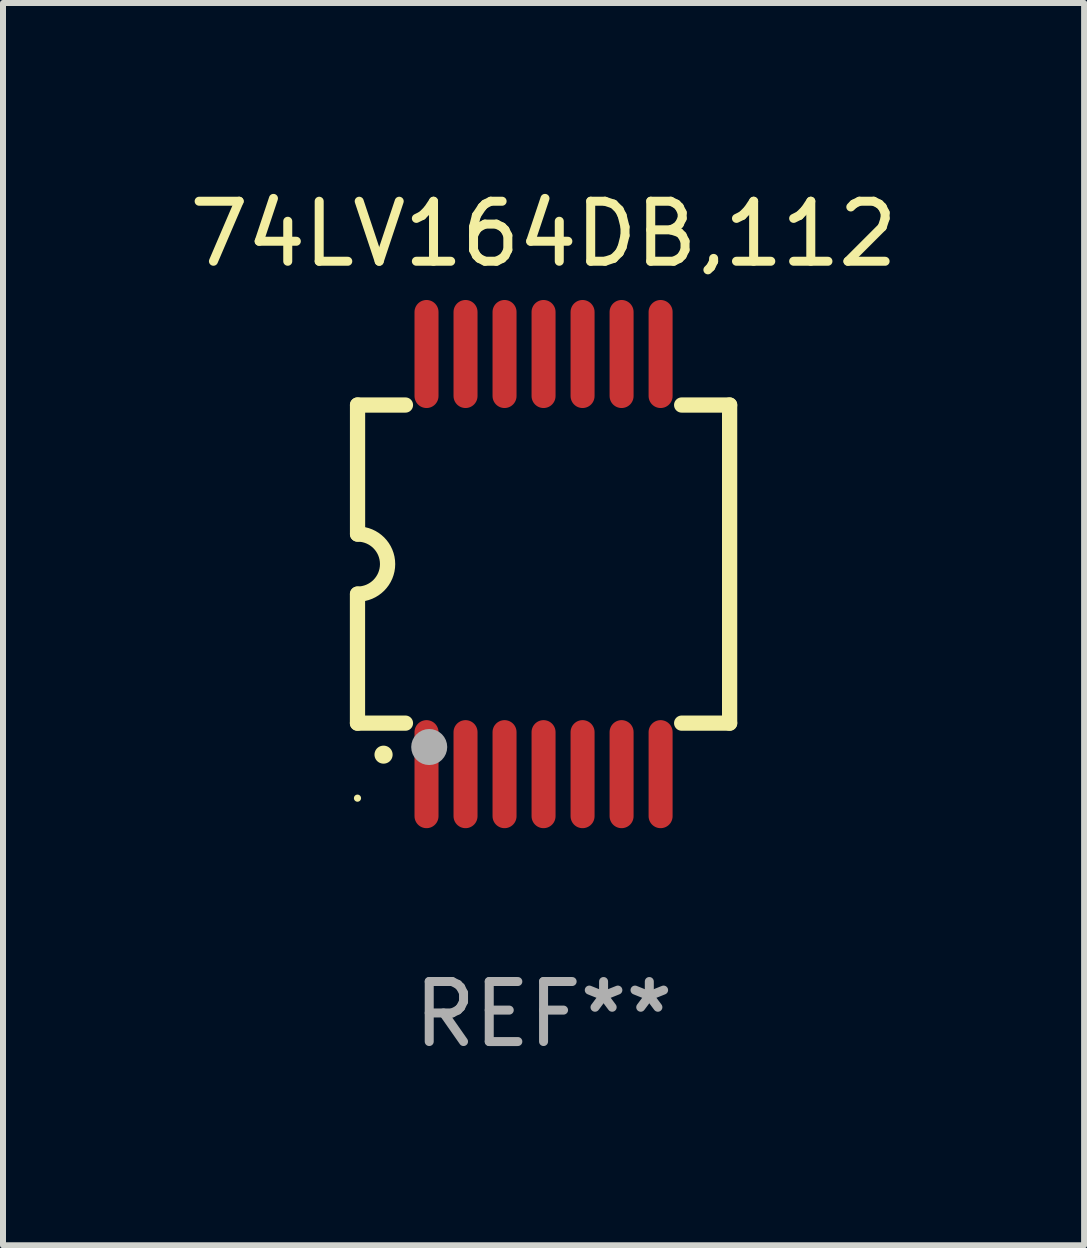
<source format=kicad_pcb>
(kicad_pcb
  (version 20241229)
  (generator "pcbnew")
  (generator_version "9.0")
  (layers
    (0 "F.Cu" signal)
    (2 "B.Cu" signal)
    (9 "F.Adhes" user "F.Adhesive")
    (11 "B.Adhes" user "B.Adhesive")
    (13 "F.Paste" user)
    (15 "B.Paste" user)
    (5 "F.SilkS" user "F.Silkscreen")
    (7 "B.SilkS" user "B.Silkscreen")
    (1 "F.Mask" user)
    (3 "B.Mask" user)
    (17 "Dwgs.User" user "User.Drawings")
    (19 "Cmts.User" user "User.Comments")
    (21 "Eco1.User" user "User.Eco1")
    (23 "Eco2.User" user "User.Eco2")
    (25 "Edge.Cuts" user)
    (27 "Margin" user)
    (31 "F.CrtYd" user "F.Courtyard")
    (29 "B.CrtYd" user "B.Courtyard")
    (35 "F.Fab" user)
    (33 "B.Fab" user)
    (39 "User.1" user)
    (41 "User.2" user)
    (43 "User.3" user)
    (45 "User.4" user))
  (footprint "74LV164DB,112"
    (layer "F.Cu")
    (at 6.006 6.348)
    (property "Reference" "74LV164DB,112" (at 0 -5.5 0) (layer "F.SilkS") (effects (font (size 1 1) (thickness 0.15))))
    (attr through_hole)
    (fp_line (start -3.1 2.65) (end -3.1 0.5) (stroke (width 0.254) (type solid)) (layer "F.SilkS"))
    (fp_line (start -3.099 -2.65) (end -2.301 -2.65) (stroke (width 0.254) (type solid)) (layer "F.SilkS"))
    (fp_line (start -3.099 -0.5) (end -3.099 -2.65) (stroke (width 0.254) (type solid)) (layer "F.SilkS"))
    (fp_line (start -2.301 2.65) (end -3.1 2.65) (stroke (width 0.254) (type solid)) (layer "F.SilkS"))
    (fp_line (start 2.301 -2.65) (end 3.1 -2.65) (stroke (width 0.254) (type solid)) (layer "F.SilkS"))
    (fp_line (start 3.1 -2.65) (end 3.1 2.65) (stroke (width 0.254) (type solid)) (layer "F.SilkS"))
    (fp_line (start 3.1 2.65) (end 2.301 2.65) (stroke (width 0.254) (type solid)) (layer "F.SilkS"))
    (fp_arc (start -3.098806 -0.500381) (mid -2.598806 0) (end -3.098806 0.500381) (stroke (width 0.254001) (type solid)) (layer "F.SilkS"))
    (fp_arc (start -2.667005 3.175006) (mid -2.665735 3.175001) (end -2.664465 3.175006) (stroke (width 0.3) (type solid)) (layer "F.SilkS"))
    (fp_circle (center -3.1 3.9) (end -3.07 3.9) (stroke (width 0.06) (type solid)) (fill no) (layer "F.SilkS"))
    (fp_circle (center -1.905 3.048) (end -1.755 3.048) (stroke (width 0.3) (type solid)) (fill no) (layer "F.Fab"))
    (fp_text user "REF**" (at 0 7.5 0) (layer "F.Fab") (effects (font (size 1 1) (thickness 0.15))))
    (pad "1" smd oval (at -1.95 3.5 270) (size 1.8 0.4) (layers "F.Cu" "F.Mask" "F.Paste"))
    (pad "2" smd oval (at -1.3 3.5 270) (size 1.8 0.4) (layers "F.Cu" "F.Mask" "F.Paste"))
    (pad "3" smd oval (at -0.65 3.5 270) (size 1.8 0.4) (layers "F.Cu" "F.Mask" "F.Paste"))
    (pad "4" smd oval (at 0 3.5 270) (size 1.8 0.4) (layers "F.Cu" "F.Mask" "F.Paste"))
    (pad "5" smd oval (at 0.65 3.5 270) (size 1.8 0.4) (layers "F.Cu" "F.Mask" "F.Paste"))
    (pad "6" smd oval (at 1.3 3.5 270) (size 1.8 0.4) (layers "F.Cu" "F.Mask" "F.Paste"))
    (pad "7" smd oval (at 1.95 3.5 270) (size 1.8 0.4) (layers "F.Cu" "F.Mask" "F.Paste"))
    (pad "8" smd oval (at 1.95 -3.5 90) (size 1.8 0.4) (layers "F.Cu" "F.Mask" "F.Paste"))
    (pad "9" smd oval (at 1.3 -3.5 90) (size 1.8 0.4) (layers "F.Cu" "F.Mask" "F.Paste"))
    (pad "10" smd oval (at 0.65 -3.5 90) (size 1.8 0.4) (layers "F.Cu" "F.Mask" "F.Paste"))
    (pad "11" smd oval (at 0 -3.5 90) (size 1.8 0.4) (layers "F.Cu" "F.Mask" "F.Paste"))
    (pad "12" smd oval (at -0.65 -3.5 90) (size 1.8 0.4) (layers "F.Cu" "F.Mask" "F.Paste"))
    (pad "13" smd oval (at -1.3 -3.5 90) (size 1.8 0.4) (layers "F.Cu" "F.Mask" "F.Paste"))
    (pad "14" smd oval (at -1.95 -3.5 90) (size 1.8 0.4) (layers "F.Cu" "F.Mask" "F.Paste")))
  (gr_rect
    (start -3 -3)
    (end 15.012 17.697)
    (stroke (width 0.1) (type default))
    (fill no)
    (layer "Edge.Cuts")))
</source>
